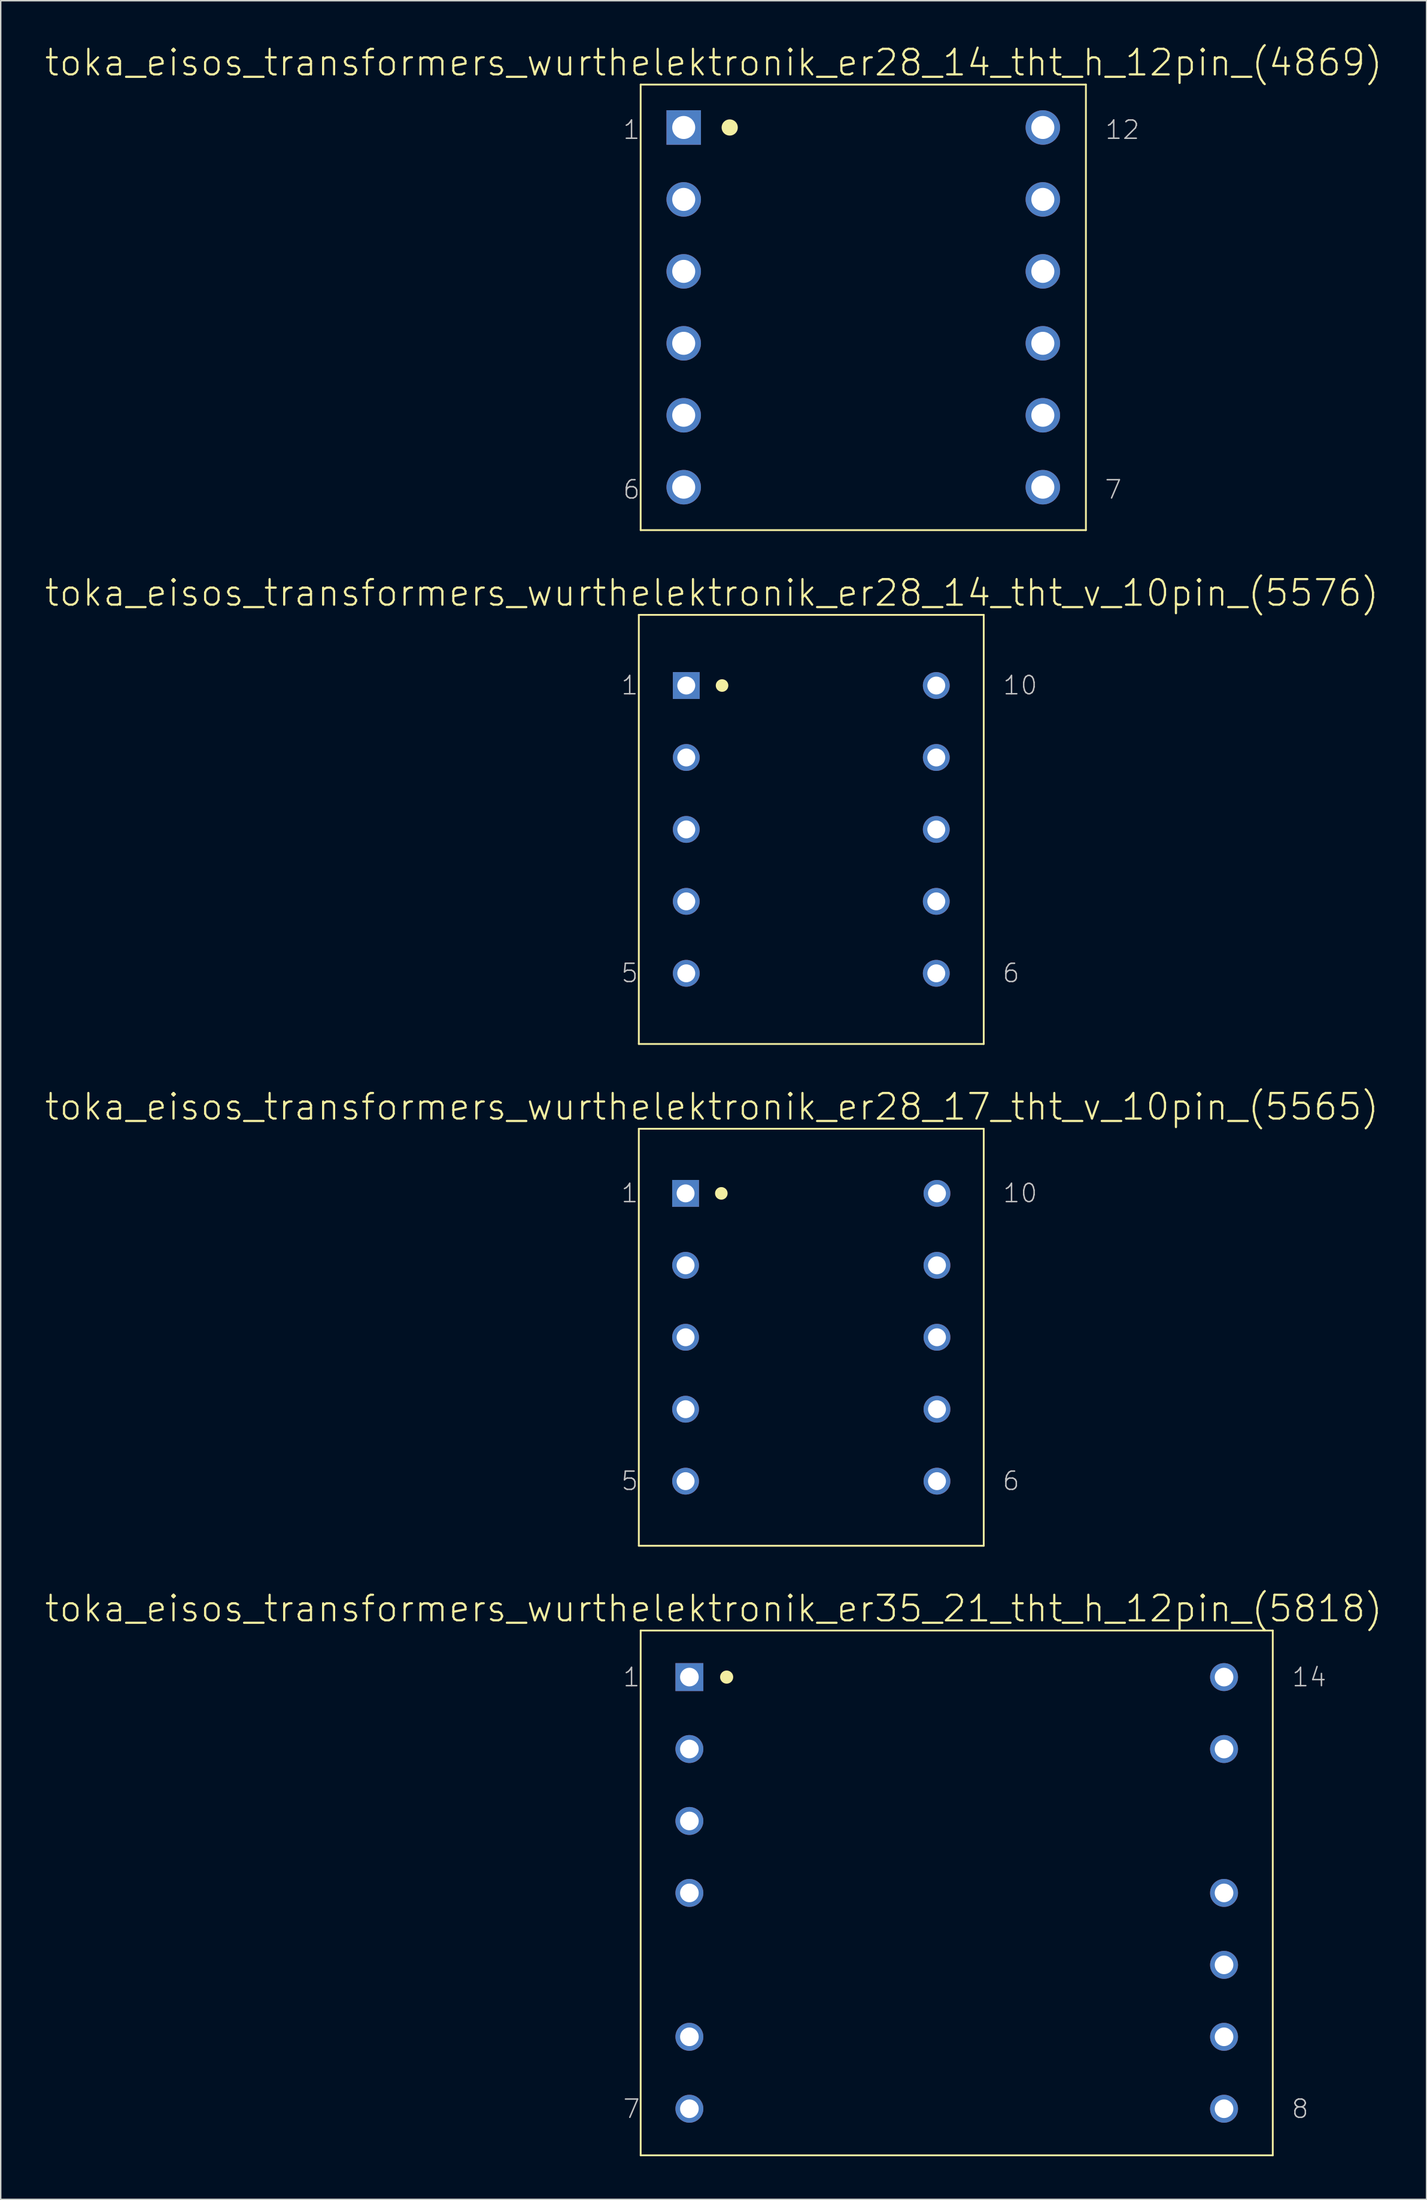
<source format=kicad_pcb>
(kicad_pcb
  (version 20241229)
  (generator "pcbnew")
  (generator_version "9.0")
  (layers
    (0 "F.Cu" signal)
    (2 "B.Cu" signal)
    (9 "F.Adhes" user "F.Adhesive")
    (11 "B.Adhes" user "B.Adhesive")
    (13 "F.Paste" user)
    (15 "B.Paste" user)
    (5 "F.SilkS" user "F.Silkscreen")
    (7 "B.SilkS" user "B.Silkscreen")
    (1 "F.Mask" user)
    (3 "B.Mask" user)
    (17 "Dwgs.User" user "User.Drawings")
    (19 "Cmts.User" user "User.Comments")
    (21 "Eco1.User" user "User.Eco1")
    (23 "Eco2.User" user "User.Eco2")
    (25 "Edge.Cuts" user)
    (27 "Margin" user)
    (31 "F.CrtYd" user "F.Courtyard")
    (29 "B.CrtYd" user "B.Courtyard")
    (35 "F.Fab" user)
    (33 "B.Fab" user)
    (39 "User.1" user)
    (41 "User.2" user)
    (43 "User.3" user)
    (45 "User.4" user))
  (footprint "toka_eisos_transformers_wurthelektronik_er28_14_tht_h_12pin_(4869)"
    (layer "F.Cu")
    (at 57.031 18.326)
    (property "Reference" "toka_eisos_transformers_wurthelektronik_er28_14_tht_h_12pin_(4869)" (at -10.414 -17.018 0) (layer "F.SilkS") (effects (font (size 1.778 1.778) (thickness 0.152))))
    (attr exclude_from_pos_files exclude_from_bom)
    (fp_line (start -15.494 -15.494) (end -15.494 15.494) (stroke (width 0.127) (type solid)) (layer "F.SilkS"))
    (fp_line (start -15.494 -15.494) (end 15.494 -15.494) (stroke (width 0.127) (type solid)) (layer "F.SilkS"))
    (fp_line (start -15.494 15.494) (end 15.494 15.494) (stroke (width 0.127) (type solid)) (layer "F.SilkS"))
    (fp_line (start 15.494 -15.494) (end 15.494 15.494) (stroke (width 0.127) (type solid)) (layer "F.SilkS"))
    (fp_circle (center -9.296 -12.509) (end -9.695 -12.908) (stroke (width 0) (type solid)) (fill yes) (layer "F.SilkS"))
    (fp_text user "7" (at 17.399 12.675 0) (layer "Dwgs.User") (effects (font (size 1.27 1.27) (thickness 0.102))))
    (fp_text user "12" (at 18.034 -12.344 0) (layer "Dwgs.User") (effects (font (size 1.27 1.27) (thickness 0.102))))
    (fp_text user "6" (at -16.129 12.675 0) (layer "Dwgs.User") (effects (font (size 1.27 1.27) (thickness 0.102))))
    (fp_text user "1" (at -16.129 -12.344 0) (layer "Dwgs.User") (effects (font (size 1.27 1.27) (thickness 0.102))))
    (pad "1" thru_hole rect (at -12.497 -12.509) (size 2.4 2.4) (drill 1.6) (layers "*.Cu" "*.Paste" "*.Mask"))
    (pad "2" thru_hole circle (at -12.497 -7.506) (size 2.4 2.4) (drill 1.6) (layers "*.Cu" "*.Paste" "*.Mask"))
    (pad "3" thru_hole circle (at -12.497 -2.502) (size 2.4 2.4) (drill 1.6) (layers "*.Cu" "*.Paste" "*.Mask"))
    (pad "4" thru_hole circle (at -12.497 2.502) (size 2.4 2.4) (drill 1.6) (layers "*.Cu" "*.Paste" "*.Mask"))
    (pad "5" thru_hole circle (at -12.497 7.506) (size 2.4 2.4) (drill 1.6) (layers "*.Cu" "*.Paste" "*.Mask"))
    (pad "6" thru_hole circle (at -12.497 12.509) (size 2.4 2.4) (drill 1.6) (layers "*.Cu" "*.Paste" "*.Mask"))
    (pad "7" thru_hole circle (at 12.497 12.509) (size 2.4 2.4) (drill 1.6) (layers "*.Cu" "*.Paste" "*.Mask"))
    (pad "8" thru_hole circle (at 12.497 7.506) (size 2.4 2.4) (drill 1.6) (layers "*.Cu" "*.Paste" "*.Mask"))
    (pad "9" thru_hole circle (at 12.497 2.502) (size 2.4 2.4) (drill 1.6) (layers "*.Cu" "*.Paste" "*.Mask"))
    (pad "10" thru_hole circle (at 12.497 -2.502) (size 2.4 2.4) (drill 1.6) (layers "*.Cu" "*.Paste" "*.Mask"))
    (pad "11" thru_hole circle (at 12.497 -7.506) (size 2.4 2.4) (drill 1.6) (layers "*.Cu" "*.Paste" "*.Mask"))
    (pad "12" thru_hole circle (at 12.497 -12.509) (size 2.4 2.4) (drill 1.6) (layers "*.Cu" "*.Paste" "*.Mask")))
  (footprint "toka_eisos_transformers_wurthelektronik_er35_21_tht_h_12pin_(5818)"
    (layer "F.Cu")
    (at 63.534 128.604)
    (property "Reference" "toka_eisos_transformers_wurthelektronik_er35_21_tht_h_12pin_(5818)" (at -16.916 -19.774 0) (layer "F.SilkS") (effects (font (size 1.778 1.778) (thickness 0.152))))
    (attr exclude_from_pos_files exclude_from_bom)
    (fp_line (start -21.996 -18.25) (end -21.996 18.25) (stroke (width 0.127) (type solid)) (layer "F.SilkS"))
    (fp_line (start -21.996 -18.25) (end 21.996 -18.25) (stroke (width 0.127) (type solid)) (layer "F.SilkS"))
    (fp_line (start -21.996 18.25) (end 21.996 18.25) (stroke (width 0.127) (type solid)) (layer "F.SilkS"))
    (fp_line (start 21.996 -18.25) (end 21.996 18.25) (stroke (width 0.127) (type solid)) (layer "F.SilkS"))
    (fp_circle (center -16.012 -15.011) (end -16.335 -15.334) (stroke (width 0) (type solid)) (fill yes) (layer "F.SilkS"))
    (fp_text user "7" (at -22.631 15.024 0) (layer "Dwgs.User") (effects (font (size 1.27 1.27) (thickness 0.102))))
    (fp_text user "8" (at 23.901 15.024 0) (layer "Dwgs.User") (effects (font (size 1.27 1.27) (thickness 0.102))))
    (fp_text user "14" (at 24.536 -14.999 0) (layer "Dwgs.User") (effects (font (size 1.27 1.27) (thickness 0.102))))
    (fp_text user "1" (at -22.631 -14.999 0) (layer "Dwgs.User") (effects (font (size 1.27 1.27) (thickness 0.102))))
    (pad "1" thru_hole rect (at -18.605 -15.011) (size 1.943 1.943) (drill 1.293) (layers "*.Cu" "*.Paste" "*.Mask"))
    (pad "2" thru_hole circle (at -18.605 -10.008) (size 1.943 1.943) (drill 1.293) (layers "*.Cu" "*.Paste" "*.Mask"))
    (pad "3" thru_hole circle (at -18.605 -5.004) (size 1.943 1.943) (drill 1.293) (layers "*.Cu" "*.Paste" "*.Mask"))
    (pad "4" thru_hole circle (at -18.605 0) (size 1.943 1.943) (drill 1.293) (layers "*.Cu" "*.Paste" "*.Mask"))
    (pad "6" thru_hole circle (at -18.605 10.008) (size 1.943 1.943) (drill 1.293) (layers "*.Cu" "*.Paste" "*.Mask"))
    (pad "7" thru_hole circle (at -18.605 15.011) (size 1.943 1.943) (drill 1.293) (layers "*.Cu" "*.Paste" "*.Mask"))
    (pad "8" thru_hole circle (at 18.605 15.011) (size 1.943 1.943) (drill 1.293) (layers "*.Cu" "*.Paste" "*.Mask"))
    (pad "9" thru_hole circle (at 18.605 10.008) (size 1.943 1.943) (drill 1.293) (layers "*.Cu" "*.Paste" "*.Mask"))
    (pad "10" thru_hole circle (at 18.605 5.004) (size 1.943 1.943) (drill 1.293) (layers "*.Cu" "*.Paste" "*.Mask"))
    (pad "11" thru_hole circle (at 18.605 0) (size 1.943 1.943) (drill 1.293) (layers "*.Cu" "*.Paste" "*.Mask"))
    (pad "13" thru_hole circle (at 18.605 -10.008) (size 1.943 1.943) (drill 1.293) (layers "*.Cu" "*.Paste" "*.Mask"))
    (pad "14" thru_hole circle (at 18.605 -15.011) (size 1.943 1.943) (drill 1.293) (layers "*.Cu" "*.Paste" "*.Mask")))
  (footprint "toka_eisos_transformers_wurthelektronik_er28_17_tht_v_10pin_(5565)"
    (layer "F.Cu")
    (at 53.412 89.958)
    (property "Reference" "toka_eisos_transformers_wurthelektronik_er28_17_tht_v_10pin_(5565)" (at -6.921 -16.027 0) (layer "F.SilkS") (effects (font (size 1.778 1.778) (thickness 0.152))))
    (attr exclude_from_pos_files exclude_from_bom)
    (fp_line (start -12.002 -14.501) (end -12.002 14.501) (stroke (width 0.127) (type solid)) (layer "F.SilkS"))
    (fp_line (start -12.002 -14.501) (end 12.002 -14.501) (stroke (width 0.127) (type solid)) (layer "F.SilkS"))
    (fp_line (start -12.002 14.501) (end 12.002 14.501) (stroke (width 0.127) (type solid)) (layer "F.SilkS"))
    (fp_line (start 12.002 -14.501) (end 12.002 14.501) (stroke (width 0.127) (type solid)) (layer "F.SilkS"))
    (fp_circle (center -6.261 -10.008) (end -6.571 -10.317) (stroke (width 0) (type solid)) (fill yes) (layer "F.SilkS"))
    (fp_text user "1" (at -12.636 -10.02 0) (layer "Dwgs.User") (effects (font (size 1.27 1.27) (thickness 0.102))))
    (fp_text user "10" (at 14.541 -10.02 0) (layer "Dwgs.User") (effects (font (size 1.27 1.27) (thickness 0.102))))
    (fp_text user "6" (at 13.906 9.995 0) (layer "Dwgs.User") (effects (font (size 1.27 1.27) (thickness 0.102))))
    (fp_text user "5" (at -12.636 9.995 0) (layer "Dwgs.User") (effects (font (size 1.27 1.27) (thickness 0.102))))
    (pad "1" thru_hole rect (at -8.748 -10.008) (size 1.867 1.867) (drill 1.245) (layers "*.Cu" "*.Paste" "*.Mask"))
    (pad "2" thru_hole circle (at -8.748 -5.004) (size 1.867 1.867) (drill 1.245) (layers "*.Cu" "*.Paste" "*.Mask"))
    (pad "3" thru_hole circle (at -8.748 0) (size 1.867 1.867) (drill 1.245) (layers "*.Cu" "*.Paste" "*.Mask"))
    (pad "4" thru_hole circle (at -8.748 5.004) (size 1.867 1.867) (drill 1.245) (layers "*.Cu" "*.Paste" "*.Mask"))
    (pad "5" thru_hole circle (at -8.748 10.008) (size 1.867 1.867) (drill 1.245) (layers "*.Cu" "*.Paste" "*.Mask"))
    (pad "6" thru_hole circle (at 8.748 10.008) (size 1.867 1.867) (drill 1.245) (layers "*.Cu" "*.Paste" "*.Mask"))
    (pad "7" thru_hole circle (at 8.748 5.004) (size 1.867 1.867) (drill 1.245) (layers "*.Cu" "*.Paste" "*.Mask"))
    (pad "8" thru_hole circle (at 8.748 0) (size 1.867 1.867) (drill 1.245) (layers "*.Cu" "*.Paste" "*.Mask"))
    (pad "9" thru_hole circle (at 8.748 -5.004) (size 1.867 1.867) (drill 1.245) (layers "*.Cu" "*.Paste" "*.Mask"))
    (pad "10" thru_hole circle (at 8.748 -10.008) (size 1.867 1.867) (drill 1.245) (layers "*.Cu" "*.Paste" "*.Mask")))
  (footprint "toka_eisos_transformers_wurthelektronik_er28_14_tht_v_10pin_(5576)"
    (layer "F.Cu")
    (at 53.412 54.637)
    (property "Reference" "toka_eisos_transformers_wurthelektronik_er28_14_tht_v_10pin_(5576)" (at -6.921 -16.447 0) (layer "F.SilkS") (effects (font (size 1.778 1.778) (thickness 0.152))))
    (attr exclude_from_pos_files exclude_from_bom)
    (fp_line (start -12.002 -14.922) (end -12.002 14.922) (stroke (width 0.127) (type solid)) (layer "F.SilkS"))
    (fp_line (start -12.002 -14.922) (end 12.002 -14.922) (stroke (width 0.127) (type solid)) (layer "F.SilkS"))
    (fp_line (start -12.002 14.922) (end 12.002 14.922) (stroke (width 0.127) (type solid)) (layer "F.SilkS"))
    (fp_line (start 12.002 -14.922) (end 12.002 14.922) (stroke (width 0.127) (type solid)) (layer "F.SilkS"))
    (fp_circle (center -6.21 -10.008) (end -6.52 -10.317) (stroke (width 0) (type solid)) (fill yes) (layer "F.SilkS"))
    (fp_text user "10" (at 14.541 -10.02 0) (layer "Dwgs.User") (effects (font (size 1.27 1.27) (thickness 0.102))))
    (fp_text user "6" (at 13.906 9.995 0) (layer "Dwgs.User") (effects (font (size 1.27 1.27) (thickness 0.102))))
    (fp_text user "5" (at -12.636 9.995 0) (layer "Dwgs.User") (effects (font (size 1.27 1.27) (thickness 0.102))))
    (fp_text user "1" (at -12.636 -10.02 0) (layer "Dwgs.User") (effects (font (size 1.27 1.27) (thickness 0.102))))
    (pad "1" thru_hole rect (at -8.7 -10.008) (size 1.867 1.867) (drill 1.245) (layers "*.Cu" "*.Paste" "*.Mask"))
    (pad "2" thru_hole circle (at -8.7 -5.004) (size 1.867 1.867) (drill 1.245) (layers "*.Cu" "*.Paste" "*.Mask"))
    (pad "3" thru_hole circle (at -8.7 0) (size 1.867 1.867) (drill 1.245) (layers "*.Cu" "*.Paste" "*.Mask"))
    (pad "4" thru_hole circle (at -8.7 5.004) (size 1.867 1.867) (drill 1.245) (layers "*.Cu" "*.Paste" "*.Mask"))
    (pad "5" thru_hole circle (at -8.7 10.008) (size 1.867 1.867) (drill 1.245) (layers "*.Cu" "*.Paste" "*.Mask"))
    (pad "6" thru_hole circle (at 8.7 10.008) (size 1.867 1.867) (drill 1.245) (layers "*.Cu" "*.Paste" "*.Mask"))
    (pad "7" thru_hole circle (at 8.7 5.004) (size 1.867 1.867) (drill 1.245) (layers "*.Cu" "*.Paste" "*.Mask"))
    (pad "8" thru_hole circle (at 8.7 0) (size 1.867 1.867) (drill 1.245) (layers "*.Cu" "*.Paste" "*.Mask"))
    (pad "9" thru_hole circle (at 8.7 -5.004) (size 1.867 1.867) (drill 1.245) (layers "*.Cu" "*.Paste" "*.Mask"))
    (pad "10" thru_hole circle (at 8.7 -10.008) (size 1.867 1.867) (drill 1.245) (layers "*.Cu" "*.Paste" "*.Mask")))
  (gr_rect
    (start -3 -3)
    (end 96.235 149.917)
    (stroke (width 0.1) (type default))
    (fill no)
    (layer "Edge.Cuts")))
</source>
